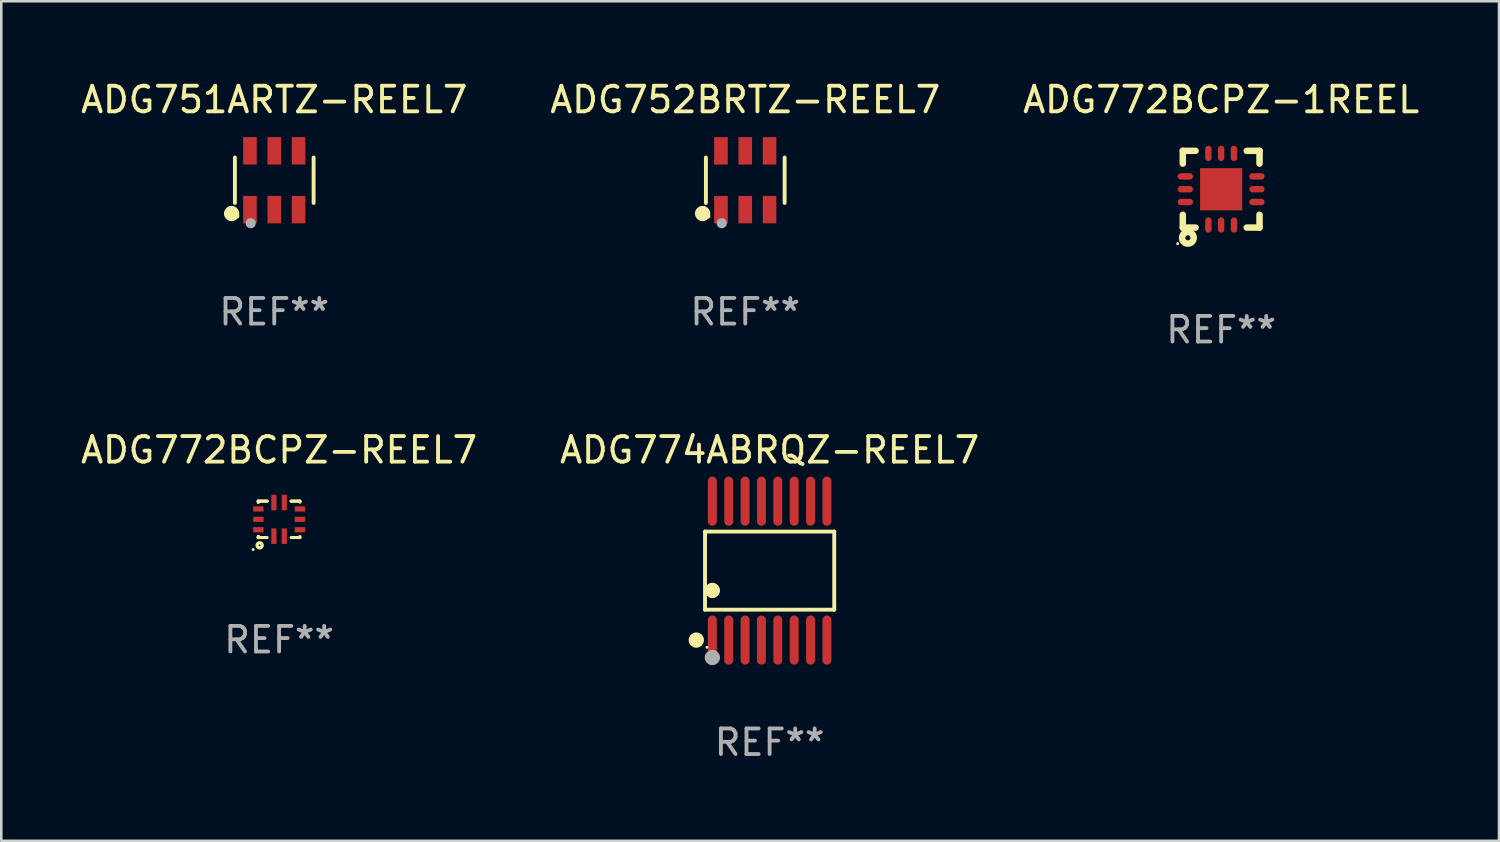
<source format=kicad_pcb>
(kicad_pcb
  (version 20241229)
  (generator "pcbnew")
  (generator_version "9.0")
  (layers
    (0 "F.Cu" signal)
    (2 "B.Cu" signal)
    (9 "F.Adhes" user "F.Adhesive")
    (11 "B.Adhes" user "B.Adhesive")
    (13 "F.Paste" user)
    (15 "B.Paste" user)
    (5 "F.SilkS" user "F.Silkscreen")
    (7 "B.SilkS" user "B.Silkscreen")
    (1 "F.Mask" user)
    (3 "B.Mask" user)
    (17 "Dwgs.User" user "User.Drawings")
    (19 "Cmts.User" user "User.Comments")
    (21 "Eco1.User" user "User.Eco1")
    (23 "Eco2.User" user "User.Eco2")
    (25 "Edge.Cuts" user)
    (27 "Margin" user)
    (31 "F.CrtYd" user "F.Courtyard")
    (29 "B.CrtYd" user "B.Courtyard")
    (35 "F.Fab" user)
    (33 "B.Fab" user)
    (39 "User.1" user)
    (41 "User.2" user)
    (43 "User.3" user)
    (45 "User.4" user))
  (footprint "ADG774ABRQZ-REEL7"
    (layer "F.Cu")
    (at 27.042 19.261)
    (property "Reference" "ADG774ABRQZ-REEL7" (at 0 -4.716 0) (layer "F.SilkS") (effects (font (size 1 1) (thickness 0.15))))
    (attr through_hole)
    (fp_line (start -2.526 -1.526) (end 2.526 -1.526) (stroke (width 0.152) (type solid)) (layer "F.SilkS"))
    (fp_line (start -2.526 1.526) (end -2.526 -1.526) (stroke (width 0.152) (type solid)) (layer "F.SilkS"))
    (fp_line (start 2.526 -1.526) (end 2.526 1.526) (stroke (width 0.152) (type solid)) (layer "F.SilkS"))
    (fp_line (start 2.526 1.526) (end -2.526 1.526) (stroke (width 0.152) (type solid)) (layer "F.SilkS"))
    (fp_circle (center -2.867 2.716) (end -2.717 2.716) (stroke (width 0.3) (type solid)) (fill no) (layer "F.SilkS"))
    (fp_circle (center -2.45 2.997) (end -2.42 2.997) (stroke (width 0.06) (type solid)) (fill no) (layer "F.SilkS"))
    (fp_circle (center -2.24 0.774) (end -2.09 0.774) (stroke (width 0.3) (type solid)) (fill no) (layer "F.SilkS"))
    (fp_circle (center -2.24 3.398) (end -2.09 3.398) (stroke (width 0.3) (type solid)) (fill no) (layer "F.Fab"))
    (fp_text user "REF**" (at 0 6.716 0) (layer "F.Fab") (effects (font (size 1 1) (thickness 0.15))))
    (pad "1" smd oval (at -2.24 2.716) (size 0.35 1.922) (layers "F.Cu" "F.Mask" "F.Paste"))
    (pad "2" smd oval (at -1.6 2.716) (size 0.35 1.922) (layers "F.Cu" "F.Mask" "F.Paste"))
    (pad "3" smd oval (at -0.96 2.716) (size 0.35 1.922) (layers "F.Cu" "F.Mask" "F.Paste"))
    (pad "4" smd oval (at -0.32 2.716) (size 0.35 1.922) (layers "F.Cu" "F.Mask" "F.Paste"))
    (pad "5" smd oval (at 0.32 2.716) (size 0.35 1.922) (layers "F.Cu" "F.Mask" "F.Paste"))
    (pad "6" smd oval (at 0.96 2.716) (size 0.35 1.922) (layers "F.Cu" "F.Mask" "F.Paste"))
    (pad "7" smd oval (at 1.6 2.716) (size 0.35 1.922) (layers "F.Cu" "F.Mask" "F.Paste"))
    (pad "8" smd oval (at 2.24 2.716) (size 0.35 1.922) (layers "F.Cu" "F.Mask" "F.Paste"))
    (pad "9" smd oval (at 2.24 -2.716) (size 0.35 1.922) (layers "F.Cu" "F.Mask" "F.Paste"))
    (pad "10" smd oval (at 1.6 -2.716) (size 0.35 1.922) (layers "F.Cu" "F.Mask" "F.Paste"))
    (pad "11" smd oval (at 0.96 -2.716) (size 0.35 1.922) (layers "F.Cu" "F.Mask" "F.Paste"))
    (pad "12" smd oval (at 0.32 -2.716) (size 0.35 1.922) (layers "F.Cu" "F.Mask" "F.Paste"))
    (pad "13" smd oval (at -0.32 -2.716) (size 0.35 1.922) (layers "F.Cu" "F.Mask" "F.Paste"))
    (pad "14" smd oval (at -0.96 -2.716) (size 0.35 1.922) (layers "F.Cu" "F.Mask" "F.Paste"))
    (pad "15" smd oval (at -1.6 -2.716) (size 0.35 1.922) (layers "F.Cu" "F.Mask" "F.Paste"))
    (pad "16" smd oval (at -2.24 -2.716) (size 0.35 1.922) (layers "F.Cu" "F.Mask" "F.Paste")))
  (footprint "ADG772BCPZ-1REEL"
    (layer "F.Cu")
    (at 44.696 4.348)
    (property "Reference" "ADG772BCPZ-1REEL" (at 0 -3.5 0) (layer "F.SilkS") (effects (font (size 1 1) (thickness 0.15))))
    (attr through_hole)
    (fp_line (start -1.5 -1.5) (end -1.5 -1) (stroke (width 0.254) (type solid)) (layer "F.SilkS"))
    (fp_line (start -1.5 -1.5) (end -1 -1.5) (stroke (width 0.254) (type solid)) (layer "F.SilkS"))
    (fp_line (start -1.5 1.5) (end -1.5 1) (stroke (width 0.254) (type solid)) (layer "F.SilkS"))
    (fp_line (start -1.5 1.5) (end -1 1.5) (stroke (width 0.254) (type solid)) (layer "F.SilkS"))
    (fp_line (start 1.5 -1.5) (end 1 -1.5) (stroke (width 0.254) (type solid)) (layer "F.SilkS"))
    (fp_line (start 1.5 -1.5) (end 1.5 -1) (stroke (width 0.254) (type solid)) (layer "F.SilkS"))
    (fp_line (start 1.5 1.5) (end 1 1.5) (stroke (width 0.254) (type solid)) (layer "F.SilkS"))
    (fp_line (start 1.5 1.5) (end 1.5 1) (stroke (width 0.254) (type solid)) (layer "F.SilkS"))
    (fp_circle (center -1.7 2.127) (end -1.67 2.127) (stroke (width 0.06) (type solid)) (fill no) (layer "F.SilkS"))
    (fp_circle (center -1.3 1.9) (end -1.2 1.9) (stroke (width 0.254) (type solid)) (fill no) (layer "F.SilkS"))
    (fp_text user "REF**" (at 0 5.5 0) (layer "F.Fab") (effects (font (size 1 1) (thickness 0.15))))
    (pad "1" smd oval (at -0.5 1.4 180) (size 0.25 0.6) (layers "F.Cu" "F.Mask" "F.Paste"))
    (pad "2" smd oval (at 0.00014 1.4 180) (size 0.25 0.6) (layers "F.Cu" "F.Mask" "F.Paste"))
    (pad "3" smd oval (at 0.5 1.4 180) (size 0.25 0.6) (layers "F.Cu" "F.Mask" "F.Paste"))
    (pad "4" smd oval (at 1.4 0.5 270) (size 0.25 0.6) (layers "F.Cu" "F.Mask" "F.Paste"))
    (pad "5" smd oval (at 1.4 0.000127 270) (size 0.25 0.6) (layers "F.Cu" "F.Mask" "F.Paste"))
    (pad "6" smd oval (at 1.4 -0.5 270) (size 0.25 0.6) (layers "F.Cu" "F.Mask" "F.Paste"))
    (pad "7" smd oval (at 0.5 -1.4 180) (size 0.25 0.6) (layers "F.Cu" "F.Mask" "F.Paste"))
    (pad "8" smd oval (at 0.00014 -1.4 180) (size 0.25 0.6) (layers "F.Cu" "F.Mask" "F.Paste"))
    (pad "9" smd oval (at -0.5 -1.4 180) (size 0.25 0.6) (layers "F.Cu" "F.Mask" "F.Paste"))
    (pad "10" smd oval (at -1.4 -0.5 270) (size 0.25 0.6) (layers "F.Cu" "F.Mask" "F.Paste"))
    (pad "11" smd oval (at -1.4 0.000127 270) (size 0.25 0.6) (layers "F.Cu" "F.Mask" "F.Paste"))
    (pad "12" smd oval (at -1.4 0.5 270) (size 0.25 0.6) (layers "F.Cu" "F.Mask" "F.Paste"))
    (pad "13" smd rect (at 0.00014 0.000127 90) (size 1.65 1.65) (layers "F.Cu" "F.Mask" "F.Paste")))
  (footprint "ADG751ARTZ-REEL7"
    (layer "F.Cu")
    (at 7.673 3.997)
    (property "Reference" "ADG751ARTZ-REEL7" (at 0 -3.149 0) (layer "F.SilkS") (effects (font (size 1 1) (thickness 0.15))))
    (attr through_hole)
    (fp_line (start -1.539 0.889) (end -1.539 -0.889) (stroke (width 0.152) (type solid)) (layer "F.SilkS"))
    (fp_line (start 1.539 0.889) (end 1.539 -0.889) (stroke (width 0.152) (type solid)) (layer "F.SilkS"))
    (fp_circle (center -1.668 1.301) (end -1.518 1.301) (stroke (width 0.3) (type solid)) (fill no) (layer "F.SilkS"))
    (fp_circle (center -1.463 1.4) (end -1.413 1.4) (stroke (width 0.1) (type solid)) (fill no) (layer "F.SilkS"))
    (fp_circle (center -0.92 1.68) (end -0.82 1.68) (stroke (width 0.2) (type solid)) (fill no) (layer "F.Fab"))
    (fp_text user "REF**" (at 0 5.149 0) (layer "F.Fab") (effects (font (size 1 1) (thickness 0.15))))
    (pad "1" smd rect (at -0.95 1.149) (size 0.532 1.072) (layers "F.Cu" "F.Mask" "F.Paste"))
    (pad "2" smd rect (at 0 1.149) (size 0.532 1.072) (layers "F.Cu" "F.Mask" "F.Paste"))
    (pad "3" smd rect (at 0.95 1.149) (size 0.532 1.072) (layers "F.Cu" "F.Mask" "F.Paste"))
    (pad "4" smd rect (at 0.95 -1.149) (size 0.532 1.072) (layers "F.Cu" "F.Mask" "F.Paste"))
    (pad "5" smd rect (at 0 -1.149) (size 0.532 1.072) (layers "F.Cu" "F.Mask" "F.Paste"))
    (pad "6" smd rect (at -0.95 -1.149) (size 0.532 1.072) (layers "F.Cu" "F.Mask" "F.Paste")))
  (footprint "ADG772BCPZ-REEL7"
    (layer "F.Cu")
    (at 7.863 17.256)
    (property "Reference" "ADG772BCPZ-REEL7" (at 0 -2.711 0) (layer "F.SilkS") (effects (font (size 1 1) (thickness 0.15))))
    (attr through_hole)
    (fp_line (start -0.813 -0.711) (end -0.469 -0.711) (stroke (width 0.12) (type solid)) (layer "F.SilkS"))
    (fp_line (start -0.813 -0.711) (end -0.469 -0.711) (stroke (width 0.12) (type solid)) (layer "F.SilkS"))
    (fp_line (start -0.813 -0.672) (end -0.813 -0.711) (stroke (width 0.12) (type solid)) (layer "F.SilkS"))
    (fp_line (start -0.813 -0.672) (end -0.813 -0.711) (stroke (width 0.12) (type solid)) (layer "F.SilkS"))
    (fp_line (start -0.813 -0.672) (end -0.813 -0.711) (stroke (width 0.12) (type solid)) (layer "F.SilkS"))
    (fp_line (start -0.813 0.711) (end -0.813 0.672) (stroke (width 0.12) (type solid)) (layer "F.SilkS"))
    (fp_line (start -0.813 0.711) (end -0.813 0.672) (stroke (width 0.12) (type solid)) (layer "F.SilkS"))
    (fp_line (start -0.813 0.711) (end -0.813 0.672) (stroke (width 0.12) (type solid)) (layer "F.SilkS"))
    (fp_line (start -0.469 0.711) (end -0.813 0.711) (stroke (width 0.12) (type solid)) (layer "F.SilkS"))
    (fp_line (start 0.469 -0.711) (end 0.813 -0.711) (stroke (width 0.12) (type solid)) (layer "F.SilkS"))
    (fp_line (start 0.469 -0.711) (end 0.813 -0.711) (stroke (width 0.12) (type solid)) (layer "F.SilkS"))
    (fp_line (start 0.813 -0.711) (end 0.813 -0.672) (stroke (width 0.12) (type solid)) (layer "F.SilkS"))
    (fp_line (start 0.813 0.672) (end 0.813 0.711) (stroke (width 0.12) (type solid)) (layer "F.SilkS"))
    (fp_line (start 0.813 0.711) (end 0.469 0.711) (stroke (width 0.12) (type solid)) (layer "F.SilkS"))
    (fp_circle (center -1.016 1.181) (end -0.986 1.181) (stroke (width 0.06) (type solid)) (fill no) (layer "F.SilkS"))
    (fp_circle (center -0.762 1.016) (end -0.662 1.016) (stroke (width 0.129) (type solid)) (fill no) (layer "F.SilkS"))
    (fp_text user "REF**" (at 0 4.711 0) (layer "F.Fab") (effects (font (size 1 1) (thickness 0.15))))
    (pad "1" smd rect (at -0.813 0.406 270) (size 0.203 0.406) (layers "F.Cu" "F.Mask" "F.Paste"))
    (pad "2" smd rect (at -0.203 0.658 270) (size 0.607 0.203) (layers "F.Cu" "F.Mask" "F.Paste"))
    (pad "3" smd rect (at 0.203 0.658 270) (size 0.607 0.203) (layers "F.Cu" "F.Mask" "F.Paste"))
    (pad "4" smd rect (at 0.813 0.406 270) (size 0.203 0.406) (layers "F.Cu" "F.Mask" "F.Paste"))
    (pad "5" smd rect (at 0.813 0 270) (size 0.203 0.406) (layers "F.Cu" "F.Mask" "F.Paste"))
    (pad "6" smd rect (at 0.813 -0.406 270) (size 0.203 0.406) (layers "F.Cu" "F.Mask" "F.Paste"))
    (pad "7" smd rect (at 0.203 -0.658 270) (size 0.607 0.203) (layers "F.Cu" "F.Mask" "F.Paste"))
    (pad "8" smd rect (at -0.203 -0.658 270) (size 0.607 0.203) (layers "F.Cu" "F.Mask" "F.Paste"))
    (pad "9" smd rect (at -0.813 -0.406 270) (size 0.203 0.406) (layers "F.Cu" "F.Mask" "F.Paste"))
    (pad "10" smd rect (at -0.813 0 270) (size 0.203 0.406) (layers "F.Cu" "F.Mask" "F.Paste")))
  (footprint "ADG752BRTZ-REEL7"
    (layer "F.Cu")
    (at 26.089 3.997)
    (property "Reference" "ADG752BRTZ-REEL7" (at 0 -3.149 0) (layer "F.SilkS") (effects (font (size 1 1) (thickness 0.15))))
    (attr through_hole)
    (fp_line (start -1.539 0.889) (end -1.539 -0.889) (stroke (width 0.152) (type solid)) (layer "F.SilkS"))
    (fp_line (start 1.539 0.889) (end 1.539 -0.889) (stroke (width 0.152) (type solid)) (layer "F.SilkS"))
    (fp_circle (center -1.668 1.301) (end -1.518 1.301) (stroke (width 0.3) (type solid)) (fill no) (layer "F.SilkS"))
    (fp_circle (center -1.463 1.4) (end -1.413 1.4) (stroke (width 0.1) (type solid)) (fill no) (layer "F.SilkS"))
    (fp_circle (center -0.92 1.68) (end -0.82 1.68) (stroke (width 0.2) (type solid)) (fill no) (layer "F.Fab"))
    (fp_text user "REF**" (at 0 5.149 0) (layer "F.Fab") (effects (font (size 1 1) (thickness 0.15))))
    (pad "1" smd rect (at -0.95 1.149) (size 0.532 1.072) (layers "F.Cu" "F.Mask" "F.Paste"))
    (pad "2" smd rect (at 0 1.149) (size 0.532 1.072) (layers "F.Cu" "F.Mask" "F.Paste"))
    (pad "3" smd rect (at 0.95 1.149) (size 0.532 1.072) (layers "F.Cu" "F.Mask" "F.Paste"))
    (pad "4" smd rect (at 0.95 -1.149) (size 0.532 1.072) (layers "F.Cu" "F.Mask" "F.Paste"))
    (pad "5" smd rect (at 0 -1.149) (size 0.532 1.072) (layers "F.Cu" "F.Mask" "F.Paste"))
    (pad "6" smd rect (at -0.95 -1.149) (size 0.532 1.072) (layers "F.Cu" "F.Mask" "F.Paste")))
  (gr_rect
    (start -3 -3)
    (end 55.56 29.825)
    (stroke (width 0.1) (type default))
    (fill no)
    (layer "Edge.Cuts")))
</source>
